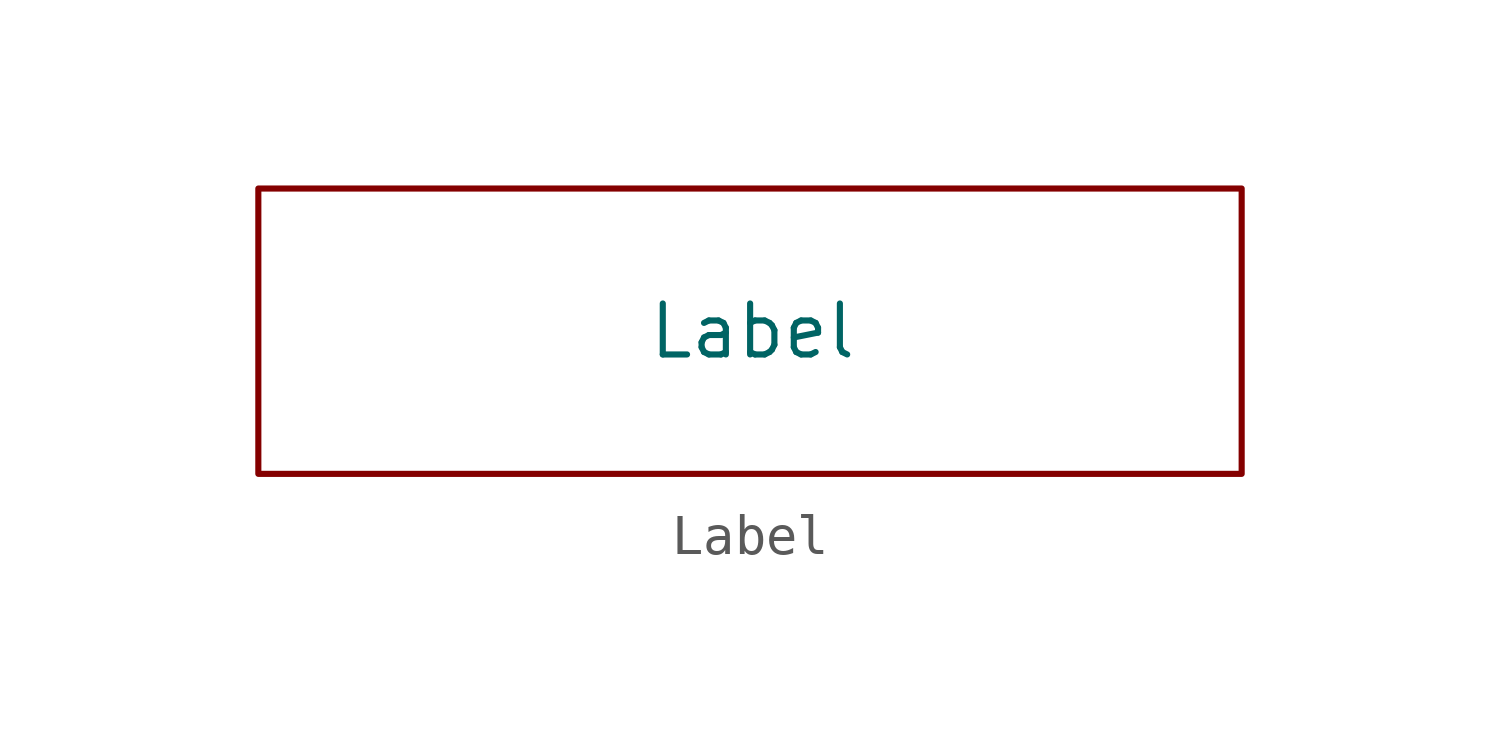
<source format=kicad_sym>
(kicad_symbol_lib
  (version 20211014)
  (generator kicad_symbol_editor)
  (symbol "Label"
    (pin_names
      (offset 1.016))
    (property "Reference" "U"
      (at 0 5.588 0)
      (effects (font (size 1.27 1.27)) hide))
    (property "Value" "Label"
      (at 0 0 0)
      (effects (font (size 1.27 1.27))))
    (symbol "Label_0_0"
      (rectangle (start -12.319 3.556) (end 12.192 -3.556) (stroke (width 0) (type default) (color 0 0 0 0)) (fill (type none))))))
</source>
